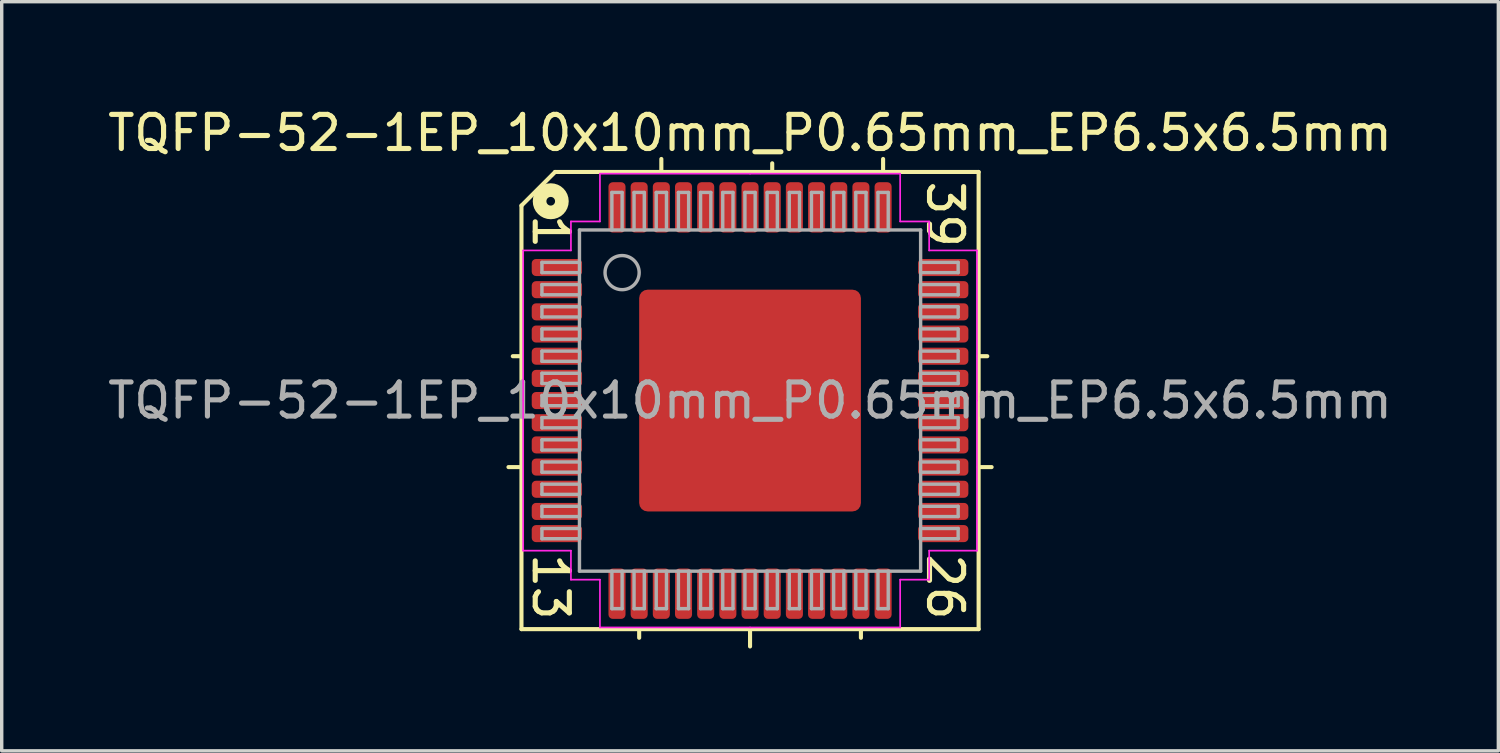
<source format=kicad_pcb>
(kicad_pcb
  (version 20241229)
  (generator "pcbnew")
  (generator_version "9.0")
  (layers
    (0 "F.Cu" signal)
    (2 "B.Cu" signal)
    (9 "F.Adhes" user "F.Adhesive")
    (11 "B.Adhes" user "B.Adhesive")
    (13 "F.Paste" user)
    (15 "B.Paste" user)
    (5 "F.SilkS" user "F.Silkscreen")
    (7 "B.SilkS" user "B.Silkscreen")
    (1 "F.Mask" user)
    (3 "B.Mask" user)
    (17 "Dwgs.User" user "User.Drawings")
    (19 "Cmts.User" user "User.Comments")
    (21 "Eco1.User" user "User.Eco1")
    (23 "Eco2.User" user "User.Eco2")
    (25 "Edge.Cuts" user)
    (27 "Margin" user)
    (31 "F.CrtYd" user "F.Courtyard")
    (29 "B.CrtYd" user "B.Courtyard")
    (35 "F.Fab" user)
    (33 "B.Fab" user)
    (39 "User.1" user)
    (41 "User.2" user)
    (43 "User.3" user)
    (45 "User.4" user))
  (footprint "TQFP-52-1EP_10x10mm_P0.65mm_EP6.5x6.5mm"
    (layer "F.Cu")
    (at 18.935 8.691)
    (property "Reference" "TQFP-52-1EP_10x10mm_P0.65mm_EP6.5x6.5mm" (at 0 -7.843 0) (layer "F.SilkS") (effects (font (size 1 1) (thickness 0.15))))
    (attr smd)
    (fp_line (start -6.7 -5.715) (end -6.7 6.7) (stroke (width 0.12) (type solid)) (layer "F.SilkS"))
    (fp_line (start -6.7 -1.3) (end -6.954 -1.3) (stroke (width 0.12) (type solid)) (layer "F.SilkS"))
    (fp_line (start -6.7 1.95) (end -7.081 1.95) (stroke (width 0.12) (type solid)) (layer "F.SilkS"))
    (fp_line (start -6.7 6.7) (end 6.7 6.7) (stroke (width 0.12) (type solid)) (layer "F.SilkS"))
    (fp_line (start -5.715 -6.7) (end -6.7 -5.715) (stroke (width 0.12) (type solid)) (layer "F.SilkS"))
    (fp_line (start -3.25 6.7) (end -3.25 6.954) (stroke (width 0.12) (type solid)) (layer "F.SilkS"))
    (fp_line (start -2.6 -6.7) (end -2.6 -7.081) (stroke (width 0.12) (type solid)) (layer "F.SilkS"))
    (fp_line (start 0 6.7) (end 0 7.208) (stroke (width 0.12) (type solid)) (layer "F.SilkS"))
    (fp_line (start 0.65 -6.7) (end 0.65 -6.954) (stroke (width 0.12) (type solid)) (layer "F.SilkS"))
    (fp_line (start 3.25 6.7) (end 3.25 6.954) (stroke (width 0.12) (type solid)) (layer "F.SilkS"))
    (fp_line (start 3.9 -6.7) (end 3.9 -7.081) (stroke (width 0.12) (type solid)) (layer "F.SilkS"))
    (fp_line (start 6.7 -6.7) (end -5.715 -6.7) (stroke (width 0.12) (type solid)) (layer "F.SilkS"))
    (fp_line (start 6.7 -1.3) (end 6.954 -1.3) (stroke (width 0.12) (type solid)) (layer "F.SilkS"))
    (fp_line (start 6.7 1.95) (end 7.081 1.95) (stroke (width 0.12) (type solid)) (layer "F.SilkS"))
    (fp_line (start 6.7 6.7) (end 6.7 -6.7) (stroke (width 0.12) (type solid)) (layer "F.SilkS"))
    (fp_circle (center -5.842 -5.842) (end -5.715 -5.842) (stroke (width 0.4) (type solid)) (fill no) (layer "F.SilkS"))
    (fp_line (start -6.65 -4.4) (end -6.65 0) (stroke (width 0.05) (type solid)) (layer "F.CrtYd"))
    (fp_line (start -6.65 4.4) (end -6.65 0) (stroke (width 0.05) (type solid)) (layer "F.CrtYd"))
    (fp_line (start -5.25 -5.25) (end -5.25 -4.4) (stroke (width 0.05) (type solid)) (layer "F.CrtYd"))
    (fp_line (start -5.25 -4.4) (end -6.65 -4.4) (stroke (width 0.05) (type solid)) (layer "F.CrtYd"))
    (fp_line (start -5.25 4.4) (end -6.65 4.4) (stroke (width 0.05) (type solid)) (layer "F.CrtYd"))
    (fp_line (start -5.25 5.25) (end -5.25 4.4) (stroke (width 0.05) (type solid)) (layer "F.CrtYd"))
    (fp_line (start -4.4 -6.65) (end -4.4 -5.25) (stroke (width 0.05) (type solid)) (layer "F.CrtYd"))
    (fp_line (start -4.4 -5.25) (end -5.25 -5.25) (stroke (width 0.05) (type solid)) (layer "F.CrtYd"))
    (fp_line (start -4.4 5.25) (end -5.25 5.25) (stroke (width 0.05) (type solid)) (layer "F.CrtYd"))
    (fp_line (start -4.4 6.65) (end -4.4 5.25) (stroke (width 0.05) (type solid)) (layer "F.CrtYd"))
    (fp_line (start 0 -6.65) (end -4.4 -6.65) (stroke (width 0.05) (type solid)) (layer "F.CrtYd"))
    (fp_line (start 0 -6.65) (end 4.4 -6.65) (stroke (width 0.05) (type solid)) (layer "F.CrtYd"))
    (fp_line (start 0 6.65) (end -4.4 6.65) (stroke (width 0.05) (type solid)) (layer "F.CrtYd"))
    (fp_line (start 0 6.65) (end 4.4 6.65) (stroke (width 0.05) (type solid)) (layer "F.CrtYd"))
    (fp_line (start 4.4 -6.65) (end 4.4 -5.25) (stroke (width 0.05) (type solid)) (layer "F.CrtYd"))
    (fp_line (start 4.4 -5.25) (end 5.25 -5.25) (stroke (width 0.05) (type solid)) (layer "F.CrtYd"))
    (fp_line (start 4.4 5.25) (end 5.25 5.25) (stroke (width 0.05) (type solid)) (layer "F.CrtYd"))
    (fp_line (start 4.4 6.65) (end 4.4 5.25) (stroke (width 0.05) (type solid)) (layer "F.CrtYd"))
    (fp_line (start 5.25 -5.25) (end 5.25 -4.4) (stroke (width 0.05) (type solid)) (layer "F.CrtYd"))
    (fp_line (start 5.25 -4.4) (end 6.65 -4.4) (stroke (width 0.05) (type solid)) (layer "F.CrtYd"))
    (fp_line (start 5.25 4.4) (end 6.65 4.4) (stroke (width 0.05) (type solid)) (layer "F.CrtYd"))
    (fp_line (start 5.25 5.25) (end 5.25 4.4) (stroke (width 0.05) (type solid)) (layer "F.CrtYd"))
    (fp_line (start 6.65 -4.4) (end 6.65 0) (stroke (width 0.05) (type solid)) (layer "F.CrtYd"))
    (fp_line (start 6.65 4.4) (end 6.65 0) (stroke (width 0.05) (type solid)) (layer "F.CrtYd"))
    (fp_line (start -6.1 -4.05) (end -6.1 -3.75) (stroke (width 0.1) (type solid)) (layer "F.Fab"))
    (fp_line (start -6.1 -4.05) (end -5 -4.05) (stroke (width 0.1) (type solid)) (layer "F.Fab"))
    (fp_line (start -6.1 -3.75) (end -5 -3.75) (stroke (width 0.1) (type solid)) (layer "F.Fab"))
    (fp_line (start -6.1 -3.4) (end -6.1 -3.1) (stroke (width 0.1) (type solid)) (layer "F.Fab"))
    (fp_line (start -6.1 -3.4) (end -5 -3.4) (stroke (width 0.1) (type solid)) (layer "F.Fab"))
    (fp_line (start -6.1 -3.1) (end -5 -3.1) (stroke (width 0.1) (type solid)) (layer "F.Fab"))
    (fp_line (start -6.1 -2.75) (end -6.1 -2.45) (stroke (width 0.1) (type solid)) (layer "F.Fab"))
    (fp_line (start -6.1 -2.75) (end -5 -2.75) (stroke (width 0.1) (type solid)) (layer "F.Fab"))
    (fp_line (start -6.1 -2.45) (end -5 -2.45) (stroke (width 0.1) (type solid)) (layer "F.Fab"))
    (fp_line (start -6.1 -2.1) (end -6.1 -1.8) (stroke (width 0.1) (type solid)) (layer "F.Fab"))
    (fp_line (start -6.1 -2.1) (end -5 -2.1) (stroke (width 0.1) (type solid)) (layer "F.Fab"))
    (fp_line (start -6.1 -1.8) (end -5 -1.8) (stroke (width 0.1) (type solid)) (layer "F.Fab"))
    (fp_line (start -6.1 -1.45) (end -6.1 -1.15) (stroke (width 0.1) (type solid)) (layer "F.Fab"))
    (fp_line (start -6.1 -1.45) (end -5 -1.45) (stroke (width 0.1) (type solid)) (layer "F.Fab"))
    (fp_line (start -6.1 -1.15) (end -5 -1.15) (stroke (width 0.1) (type solid)) (layer "F.Fab"))
    (fp_line (start -6.1 -0.8) (end -6.1 -0.5) (stroke (width 0.1) (type solid)) (layer "F.Fab"))
    (fp_line (start -6.1 -0.8) (end -5 -0.8) (stroke (width 0.1) (type solid)) (layer "F.Fab"))
    (fp_line (start -6.1 -0.5) (end -5 -0.5) (stroke (width 0.1) (type solid)) (layer "F.Fab"))
    (fp_line (start -6.1 -0.15) (end -6.1 0.15) (stroke (width 0.1) (type solid)) (layer "F.Fab"))
    (fp_line (start -6.1 -0.15) (end -5 -0.15) (stroke (width 0.1) (type solid)) (layer "F.Fab"))
    (fp_line (start -6.1 0.15) (end -5 0.15) (stroke (width 0.1) (type solid)) (layer "F.Fab"))
    (fp_line (start -6.1 0.5) (end -6.1 0.8) (stroke (width 0.1) (type solid)) (layer "F.Fab"))
    (fp_line (start -6.1 0.5) (end -5 0.5) (stroke (width 0.1) (type solid)) (layer "F.Fab"))
    (fp_line (start -6.1 0.8) (end -5 0.8) (stroke (width 0.1) (type solid)) (layer "F.Fab"))
    (fp_line (start -6.1 1.15) (end -6.1 1.45) (stroke (width 0.1) (type solid)) (layer "F.Fab"))
    (fp_line (start -6.1 1.15) (end -5 1.15) (stroke (width 0.1) (type solid)) (layer "F.Fab"))
    (fp_line (start -6.1 1.45) (end -5 1.45) (stroke (width 0.1) (type solid)) (layer "F.Fab"))
    (fp_line (start -6.1 1.8) (end -6.1 2.1) (stroke (width 0.1) (type solid)) (layer "F.Fab"))
    (fp_line (start -6.1 1.8) (end -5 1.8) (stroke (width 0.1) (type solid)) (layer "F.Fab"))
    (fp_line (start -6.1 2.1) (end -5 2.1) (stroke (width 0.1) (type solid)) (layer "F.Fab"))
    (fp_line (start -6.1 2.45) (end -6.1 2.75) (stroke (width 0.1) (type solid)) (layer "F.Fab"))
    (fp_line (start -6.1 2.45) (end -5 2.45) (stroke (width 0.1) (type solid)) (layer "F.Fab"))
    (fp_line (start -6.1 2.75) (end -5 2.75) (stroke (width 0.1) (type solid)) (layer "F.Fab"))
    (fp_line (start -6.1 3.1) (end -6.1 3.4) (stroke (width 0.1) (type solid)) (layer "F.Fab"))
    (fp_line (start -6.1 3.1) (end -5 3.1) (stroke (width 0.1) (type solid)) (layer "F.Fab"))
    (fp_line (start -6.1 3.4) (end -5 3.4) (stroke (width 0.1) (type solid)) (layer "F.Fab"))
    (fp_line (start -6.1 3.75) (end -6.1 4.05) (stroke (width 0.1) (type solid)) (layer "F.Fab"))
    (fp_line (start -6.1 3.75) (end -5 3.75) (stroke (width 0.1) (type solid)) (layer "F.Fab"))
    (fp_line (start -6.1 4.05) (end -5 4.05) (stroke (width 0.1) (type solid)) (layer "F.Fab"))
    (fp_line (start -5 -5) (end 5 -5) (stroke (width 0.1) (type solid)) (layer "F.Fab"))
    (fp_line (start -5 5) (end -5 -5) (stroke (width 0.1) (type solid)) (layer "F.Fab"))
    (fp_line (start -4.05 -6.1) (end -4.05 -5) (stroke (width 0.1) (type solid)) (layer "F.Fab"))
    (fp_line (start -4.05 6.1) (end -4.05 5) (stroke (width 0.1) (type solid)) (layer "F.Fab"))
    (fp_line (start -4.05 6.1) (end -3.75 6.1) (stroke (width 0.1) (type solid)) (layer "F.Fab"))
    (fp_line (start -3.75 -6.1) (end -4.05 -6.1) (stroke (width 0.1) (type solid)) (layer "F.Fab"))
    (fp_line (start -3.75 -6.1) (end -3.75 -5) (stroke (width 0.1) (type solid)) (layer "F.Fab"))
    (fp_line (start -3.75 6.1) (end -3.75 5) (stroke (width 0.1) (type solid)) (layer "F.Fab"))
    (fp_line (start -3.4 -6.1) (end -3.4 -5) (stroke (width 0.1) (type solid)) (layer "F.Fab"))
    (fp_line (start -3.4 6.1) (end -3.4 5) (stroke (width 0.1) (type solid)) (layer "F.Fab"))
    (fp_line (start -3.4 6.1) (end -3.1 6.1) (stroke (width 0.1) (type solid)) (layer "F.Fab"))
    (fp_line (start -3.1 -6.1) (end -3.4 -6.1) (stroke (width 0.1) (type solid)) (layer "F.Fab"))
    (fp_line (start -3.1 -6.1) (end -3.1 -5) (stroke (width 0.1) (type solid)) (layer "F.Fab"))
    (fp_line (start -3.1 6.1) (end -3.1 5) (stroke (width 0.1) (type solid)) (layer "F.Fab"))
    (fp_line (start -2.75 -6.1) (end -2.75 -5) (stroke (width 0.1) (type solid)) (layer "F.Fab"))
    (fp_line (start -2.75 6.1) (end -2.75 5) (stroke (width 0.1) (type solid)) (layer "F.Fab"))
    (fp_line (start -2.75 6.1) (end -2.45 6.1) (stroke (width 0.1) (type solid)) (layer "F.Fab"))
    (fp_line (start -2.45 -6.1) (end -2.75 -6.1) (stroke (width 0.1) (type solid)) (layer "F.Fab"))
    (fp_line (start -2.45 -6.1) (end -2.45 -5) (stroke (width 0.1) (type solid)) (layer "F.Fab"))
    (fp_line (start -2.45 6.1) (end -2.45 5) (stroke (width 0.1) (type solid)) (layer "F.Fab"))
    (fp_line (start -2.1 -6.1) (end -2.1 -5) (stroke (width 0.1) (type solid)) (layer "F.Fab"))
    (fp_line (start -2.1 6.1) (end -2.1 5) (stroke (width 0.1) (type solid)) (layer "F.Fab"))
    (fp_line (start -2.1 6.1) (end -1.8 6.1) (stroke (width 0.1) (type solid)) (layer "F.Fab"))
    (fp_line (start -1.8 -6.1) (end -2.1 -6.1) (stroke (width 0.1) (type solid)) (layer "F.Fab"))
    (fp_line (start -1.8 -6.1) (end -1.8 -5) (stroke (width 0.1) (type solid)) (layer "F.Fab"))
    (fp_line (start -1.8 6.1) (end -1.8 5) (stroke (width 0.1) (type solid)) (layer "F.Fab"))
    (fp_line (start -1.45 -6.1) (end -1.45 -5) (stroke (width 0.1) (type solid)) (layer "F.Fab"))
    (fp_line (start -1.45 6.1) (end -1.45 5) (stroke (width 0.1) (type solid)) (layer "F.Fab"))
    (fp_line (start -1.45 6.1) (end -1.15 6.1) (stroke (width 0.1) (type solid)) (layer "F.Fab"))
    (fp_line (start -1.15 -6.1) (end -1.45 -6.1) (stroke (width 0.1) (type solid)) (layer "F.Fab"))
    (fp_line (start -1.15 -6.1) (end -1.15 -5) (stroke (width 0.1) (type solid)) (layer "F.Fab"))
    (fp_line (start -1.15 6.1) (end -1.15 5) (stroke (width 0.1) (type solid)) (layer "F.Fab"))
    (fp_line (start -0.8 -6.1) (end -0.8 -5) (stroke (width 0.1) (type solid)) (layer "F.Fab"))
    (fp_line (start -0.8 6.1) (end -0.8 5) (stroke (width 0.1) (type solid)) (layer "F.Fab"))
    (fp_line (start -0.8 6.1) (end -0.5 6.1) (stroke (width 0.1) (type solid)) (layer "F.Fab"))
    (fp_line (start -0.5 -6.1) (end -0.8 -6.1) (stroke (width 0.1) (type solid)) (layer "F.Fab"))
    (fp_line (start -0.5 -6.1) (end -0.5 -5) (stroke (width 0.1) (type solid)) (layer "F.Fab"))
    (fp_line (start -0.5 6.1) (end -0.5 5) (stroke (width 0.1) (type solid)) (layer "F.Fab"))
    (fp_line (start -0.15 -6.1) (end -0.15 -5) (stroke (width 0.1) (type solid)) (layer "F.Fab"))
    (fp_line (start -0.15 6.1) (end -0.15 5) (stroke (width 0.1) (type solid)) (layer "F.Fab"))
    (fp_line (start -0.15 6.1) (end 0.15 6.1) (stroke (width 0.1) (type solid)) (layer "F.Fab"))
    (fp_line (start 0.15 -6.1) (end -0.15 -6.1) (stroke (width 0.1) (type solid)) (layer "F.Fab"))
    (fp_line (start 0.15 -6.1) (end 0.15 -5) (stroke (width 0.1) (type solid)) (layer "F.Fab"))
    (fp_line (start 0.15 6.1) (end 0.15 5) (stroke (width 0.1) (type solid)) (layer "F.Fab"))
    (fp_line (start 0.5 -6.1) (end 0.5 -5) (stroke (width 0.1) (type solid)) (layer "F.Fab"))
    (fp_line (start 0.5 6.1) (end 0.5 5) (stroke (width 0.1) (type solid)) (layer "F.Fab"))
    (fp_line (start 0.5 6.1) (end 0.8 6.1) (stroke (width 0.1) (type solid)) (layer "F.Fab"))
    (fp_line (start 0.8 -6.1) (end 0.5 -6.1) (stroke (width 0.1) (type solid)) (layer "F.Fab"))
    (fp_line (start 0.8 -6.1) (end 0.8 -5) (stroke (width 0.1) (type solid)) (layer "F.Fab"))
    (fp_line (start 0.8 6.1) (end 0.8 5) (stroke (width 0.1) (type solid)) (layer "F.Fab"))
    (fp_line (start 1.15 -6.1) (end 1.15 -5) (stroke (width 0.1) (type solid)) (layer "F.Fab"))
    (fp_line (start 1.15 6.1) (end 1.15 5) (stroke (width 0.1) (type solid)) (layer "F.Fab"))
    (fp_line (start 1.15 6.1) (end 1.45 6.1) (stroke (width 0.1) (type solid)) (layer "F.Fab"))
    (fp_line (start 1.45 -6.1) (end 1.15 -6.1) (stroke (width 0.1) (type solid)) (layer "F.Fab"))
    (fp_line (start 1.45 -6.1) (end 1.45 -5) (stroke (width 0.1) (type solid)) (layer "F.Fab"))
    (fp_line (start 1.45 6.1) (end 1.45 5) (stroke (width 0.1) (type solid)) (layer "F.Fab"))
    (fp_line (start 1.8 -6.1) (end 1.8 -5) (stroke (width 0.1) (type solid)) (layer "F.Fab"))
    (fp_line (start 1.8 6.1) (end 1.8 5) (stroke (width 0.1) (type solid)) (layer "F.Fab"))
    (fp_line (start 1.8 6.1) (end 2.1 6.1) (stroke (width 0.1) (type solid)) (layer "F.Fab"))
    (fp_line (start 2.1 -6.1) (end 1.8 -6.1) (stroke (width 0.1) (type solid)) (layer "F.Fab"))
    (fp_line (start 2.1 -6.1) (end 2.1 -5) (stroke (width 0.1) (type solid)) (layer "F.Fab"))
    (fp_line (start 2.1 6.1) (end 2.1 5) (stroke (width 0.1) (type solid)) (layer "F.Fab"))
    (fp_line (start 2.45 -6.1) (end 2.45 -5) (stroke (width 0.1) (type solid)) (layer "F.Fab"))
    (fp_line (start 2.45 6.1) (end 2.45 5) (stroke (width 0.1) (type solid)) (layer "F.Fab"))
    (fp_line (start 2.45 6.1) (end 2.75 6.1) (stroke (width 0.1) (type solid)) (layer "F.Fab"))
    (fp_line (start 2.75 -6.1) (end 2.45 -6.1) (stroke (width 0.1) (type solid)) (layer "F.Fab"))
    (fp_line (start 2.75 -6.1) (end 2.75 -5) (stroke (width 0.1) (type solid)) (layer "F.Fab"))
    (fp_line (start 2.75 6.1) (end 2.75 5) (stroke (width 0.1) (type solid)) (layer "F.Fab"))
    (fp_line (start 3.1 -6.1) (end 3.1 -5) (stroke (width 0.1) (type solid)) (layer "F.Fab"))
    (fp_line (start 3.1 6.1) (end 3.1 5) (stroke (width 0.1) (type solid)) (layer "F.Fab"))
    (fp_line (start 3.1 6.1) (end 3.4 6.1) (stroke (width 0.1) (type solid)) (layer "F.Fab"))
    (fp_line (start 3.4 -6.1) (end 3.1 -6.1) (stroke (width 0.1) (type solid)) (layer "F.Fab"))
    (fp_line (start 3.4 -6.1) (end 3.4 -5) (stroke (width 0.1) (type solid)) (layer "F.Fab"))
    (fp_line (start 3.4 6.1) (end 3.4 5) (stroke (width 0.1) (type solid)) (layer "F.Fab"))
    (fp_line (start 3.75 -6.1) (end 3.75 -5) (stroke (width 0.1) (type solid)) (layer "F.Fab"))
    (fp_line (start 3.75 6.1) (end 3.75 5) (stroke (width 0.1) (type solid)) (layer "F.Fab"))
    (fp_line (start 3.75 6.1) (end 4.05 6.1) (stroke (width 0.1) (type solid)) (layer "F.Fab"))
    (fp_line (start 4.05 -6.1) (end 3.75 -6.1) (stroke (width 0.1) (type solid)) (layer "F.Fab"))
    (fp_line (start 4.05 -6.1) (end 4.05 -5) (stroke (width 0.1) (type solid)) (layer "F.Fab"))
    (fp_line (start 4.05 6.1) (end 4.05 5) (stroke (width 0.1) (type solid)) (layer "F.Fab"))
    (fp_line (start 5 -5) (end 5 5) (stroke (width 0.1) (type solid)) (layer "F.Fab"))
    (fp_line (start 5 5) (end -5 5) (stroke (width 0.1) (type solid)) (layer "F.Fab"))
    (fp_line (start 6.1 -4.05) (end 5 -4.05) (stroke (width 0.1) (type solid)) (layer "F.Fab"))
    (fp_line (start 6.1 -3.75) (end 5 -3.75) (stroke (width 0.1) (type solid)) (layer "F.Fab"))
    (fp_line (start 6.1 -3.75) (end 6.1 -4.05) (stroke (width 0.1) (type solid)) (layer "F.Fab"))
    (fp_line (start 6.1 -3.4) (end 5 -3.4) (stroke (width 0.1) (type solid)) (layer "F.Fab"))
    (fp_line (start 6.1 -3.1) (end 5 -3.1) (stroke (width 0.1) (type solid)) (layer "F.Fab"))
    (fp_line (start 6.1 -3.1) (end 6.1 -3.4) (stroke (width 0.1) (type solid)) (layer "F.Fab"))
    (fp_line (start 6.1 -2.75) (end 5 -2.75) (stroke (width 0.1) (type solid)) (layer "F.Fab"))
    (fp_line (start 6.1 -2.45) (end 5 -2.45) (stroke (width 0.1) (type solid)) (layer "F.Fab"))
    (fp_line (start 6.1 -2.45) (end 6.1 -2.75) (stroke (width 0.1) (type solid)) (layer "F.Fab"))
    (fp_line (start 6.1 -2.1) (end 5 -2.1) (stroke (width 0.1) (type solid)) (layer "F.Fab"))
    (fp_line (start 6.1 -1.8) (end 5 -1.8) (stroke (width 0.1) (type solid)) (layer "F.Fab"))
    (fp_line (start 6.1 -1.8) (end 6.1 -2.1) (stroke (width 0.1) (type solid)) (layer "F.Fab"))
    (fp_line (start 6.1 -1.45) (end 5 -1.45) (stroke (width 0.1) (type solid)) (layer "F.Fab"))
    (fp_line (start 6.1 -1.15) (end 5 -1.15) (stroke (width 0.1) (type solid)) (layer "F.Fab"))
    (fp_line (start 6.1 -1.15) (end 6.1 -1.45) (stroke (width 0.1) (type solid)) (layer "F.Fab"))
    (fp_line (start 6.1 -0.8) (end 5 -0.8) (stroke (width 0.1) (type solid)) (layer "F.Fab"))
    (fp_line (start 6.1 -0.5) (end 5 -0.5) (stroke (width 0.1) (type solid)) (layer "F.Fab"))
    (fp_line (start 6.1 -0.5) (end 6.1 -0.8) (stroke (width 0.1) (type solid)) (layer "F.Fab"))
    (fp_line (start 6.1 -0.15) (end 5 -0.15) (stroke (width 0.1) (type solid)) (layer "F.Fab"))
    (fp_line (start 6.1 0.15) (end 5 0.15) (stroke (width 0.1) (type solid)) (layer "F.Fab"))
    (fp_line (start 6.1 0.15) (end 6.1 -0.15) (stroke (width 0.1) (type solid)) (layer "F.Fab"))
    (fp_line (start 6.1 0.5) (end 5 0.5) (stroke (width 0.1) (type solid)) (layer "F.Fab"))
    (fp_line (start 6.1 0.8) (end 5 0.8) (stroke (width 0.1) (type solid)) (layer "F.Fab"))
    (fp_line (start 6.1 0.8) (end 6.1 0.5) (stroke (width 0.1) (type solid)) (layer "F.Fab"))
    (fp_line (start 6.1 1.15) (end 5 1.15) (stroke (width 0.1) (type solid)) (layer "F.Fab"))
    (fp_line (start 6.1 1.45) (end 5 1.45) (stroke (width 0.1) (type solid)) (layer "F.Fab"))
    (fp_line (start 6.1 1.45) (end 6.1 1.15) (stroke (width 0.1) (type solid)) (layer "F.Fab"))
    (fp_line (start 6.1 1.8) (end 5 1.8) (stroke (width 0.1) (type solid)) (layer "F.Fab"))
    (fp_line (start 6.1 2.1) (end 5 2.1) (stroke (width 0.1) (type solid)) (layer "F.Fab"))
    (fp_line (start 6.1 2.1) (end 6.1 1.8) (stroke (width 0.1) (type solid)) (layer "F.Fab"))
    (fp_line (start 6.1 2.45) (end 5 2.45) (stroke (width 0.1) (type solid)) (layer "F.Fab"))
    (fp_line (start 6.1 2.75) (end 5 2.75) (stroke (width 0.1) (type solid)) (layer "F.Fab"))
    (fp_line (start 6.1 2.75) (end 6.1 2.45) (stroke (width 0.1) (type solid)) (layer "F.Fab"))
    (fp_line (start 6.1 3.1) (end 5 3.1) (stroke (width 0.1) (type solid)) (layer "F.Fab"))
    (fp_line (start 6.1 3.4) (end 5 3.4) (stroke (width 0.1) (type solid)) (layer "F.Fab"))
    (fp_line (start 6.1 3.4) (end 6.1 3.1) (stroke (width 0.1) (type solid)) (layer "F.Fab"))
    (fp_line (start 6.1 3.75) (end 5 3.75) (stroke (width 0.1) (type solid)) (layer "F.Fab"))
    (fp_line (start 6.1 4.05) (end 5 4.05) (stroke (width 0.1) (type solid)) (layer "F.Fab"))
    (fp_line (start 6.1 4.05) (end 6.1 3.75) (stroke (width 0.1) (type solid)) (layer "F.Fab"))
    (fp_circle (center -3.75 -3.75) (end -3.25 -3.75) (stroke (width 0.1) (type solid)) (fill no) (layer "F.Fab"))
    (fp_text user "13" (at -5.842 5.461 270) (unlocked yes) (layer "F.SilkS") (effects (font (size 1 1) (thickness 0.15))))
    (fp_text user "39" (at 5.715 -5.461 270) (unlocked yes) (layer "F.SilkS") (effects (font (size 1 1) (thickness 0.15))))
    (fp_text user "1" (at -5.842 -4.953 270) (unlocked yes) (layer "F.SilkS") (effects (font (size 1 1) (thickness 0.15))))
    (fp_text user "26" (at 5.715 5.461 270) (unlocked yes) (layer "F.SilkS") (effects (font (size 1 1) (thickness 0.15))))
    (fp_text user "${REFERENCE}" (at 0 0 0) (layer "F.Fab") (effects (font (size 1 1) (thickness 0.15))))
    (pad "" smd roundrect (at -2.6 -2.6) (size 1.05 1.05) (layers "F.Paste") (roundrect_rratio 0.238))
    (pad "" smd roundrect (at -2.6 -1.3) (size 1.05 1.05) (layers "F.Paste") (roundrect_rratio 0.238))
    (pad "" smd roundrect (at -2.6 0) (size 1.05 1.05) (layers "F.Paste") (roundrect_rratio 0.238))
    (pad "" smd roundrect (at -2.6 1.3) (size 1.05 1.05) (layers "F.Paste") (roundrect_rratio 0.238))
    (pad "" smd roundrect (at -2.6 2.6) (size 1.05 1.05) (layers "F.Paste") (roundrect_rratio 0.238))
    (pad "" smd roundrect (at -1.3 -2.6) (size 1.05 1.05) (layers "F.Paste") (roundrect_rratio 0.238))
    (pad "" smd roundrect (at -1.3 -1.3) (size 1.05 1.05) (layers "F.Paste") (roundrect_rratio 0.238))
    (pad "" smd roundrect (at -1.3 0) (size 1.05 1.05) (layers "F.Paste") (roundrect_rratio 0.238))
    (pad "" smd roundrect (at -1.3 1.3) (size 1.05 1.05) (layers "F.Paste") (roundrect_rratio 0.238))
    (pad "" smd roundrect (at -1.3 2.6) (size 1.05 1.05) (layers "F.Paste") (roundrect_rratio 0.238))
    (pad "" smd roundrect (at 0 -2.6) (size 1.05 1.05) (layers "F.Paste") (roundrect_rratio 0.238))
    (pad "" smd roundrect (at 0 -1.3) (size 1.05 1.05) (layers "F.Paste") (roundrect_rratio 0.238))
    (pad "" smd roundrect (at 0 0) (size 1.05 1.05) (layers "F.Paste") (roundrect_rratio 0.238))
    (pad "" smd roundrect (at 0 1.3) (size 1.05 1.05) (layers "F.Paste") (roundrect_rratio 0.238))
    (pad "" smd roundrect (at 0 2.6) (size 1.05 1.05) (layers "F.Paste") (roundrect_rratio 0.238))
    (pad "" smd roundrect (at 1.3 -2.6) (size 1.05 1.05) (layers "F.Paste") (roundrect_rratio 0.238))
    (pad "" smd roundrect (at 1.3 -1.3) (size 1.05 1.05) (layers "F.Paste") (roundrect_rratio 0.238))
    (pad "" smd roundrect (at 1.3 0) (size 1.05 1.05) (layers "F.Paste") (roundrect_rratio 0.238))
    (pad "" smd roundrect (at 1.3 1.3) (size 1.05 1.05) (layers "F.Paste") (roundrect_rratio 0.238))
    (pad "" smd roundrect (at 1.3 2.6) (size 1.05 1.05) (layers "F.Paste") (roundrect_rratio 0.238))
    (pad "" smd roundrect (at 2.6 -2.6) (size 1.05 1.05) (layers "F.Paste") (roundrect_rratio 0.238))
    (pad "" smd roundrect (at 2.6 -1.3) (size 1.05 1.05) (layers "F.Paste") (roundrect_rratio 0.238))
    (pad "" smd roundrect (at 2.6 0) (size 1.05 1.05) (layers "F.Paste") (roundrect_rratio 0.238))
    (pad "" smd roundrect (at 2.6 1.3) (size 1.05 1.05) (layers "F.Paste") (roundrect_rratio 0.238))
    (pad "" smd roundrect (at 2.6 2.6) (size 1.05 1.05) (layers "F.Paste") (roundrect_rratio 0.238))
    (pad "1" smd roundrect (at -5.662 -3.9) (size 1.475 0.5) (layers "F.Cu" "F.Mask" "F.Paste") (roundrect_rratio 0.25))
    (pad "2" smd roundrect (at -5.662 -3.25) (size 1.475 0.5) (layers "F.Cu" "F.Mask" "F.Paste") (roundrect_rratio 0.25))
    (pad "3" smd roundrect (at -5.662 -2.6) (size 1.475 0.5) (layers "F.Cu" "F.Mask" "F.Paste") (roundrect_rratio 0.25))
    (pad "4" smd roundrect (at -5.662 -1.95) (size 1.475 0.5) (layers "F.Cu" "F.Mask" "F.Paste") (roundrect_rratio 0.25))
    (pad "5" smd roundrect (at -5.662 -1.3) (size 1.475 0.5) (layers "F.Cu" "F.Mask" "F.Paste") (roundrect_rratio 0.25))
    (pad "6" smd roundrect (at -5.662 -0.65) (size 1.475 0.5) (layers "F.Cu" "F.Mask" "F.Paste") (roundrect_rratio 0.25))
    (pad "7" smd roundrect (at -5.662 0) (size 1.475 0.5) (layers "F.Cu" "F.Mask" "F.Paste") (roundrect_rratio 0.25))
    (pad "8" smd roundrect (at -5.662 0.65) (size 1.475 0.5) (layers "F.Cu" "F.Mask" "F.Paste") (roundrect_rratio 0.25))
    (pad "9" smd roundrect (at -5.662 1.3) (size 1.475 0.5) (layers "F.Cu" "F.Mask" "F.Paste") (roundrect_rratio 0.25))
    (pad "10" smd roundrect (at -5.662 1.95) (size 1.475 0.5) (layers "F.Cu" "F.Mask" "F.Paste") (roundrect_rratio 0.25))
    (pad "11" smd roundrect (at -5.662 2.6) (size 1.475 0.5) (layers "F.Cu" "F.Mask" "F.Paste") (roundrect_rratio 0.25))
    (pad "12" smd roundrect (at -5.662 3.25) (size 1.475 0.5) (layers "F.Cu" "F.Mask" "F.Paste") (roundrect_rratio 0.25))
    (pad "13" smd roundrect (at -5.662 3.9) (size 1.475 0.5) (layers "F.Cu" "F.Mask" "F.Paste") (roundrect_rratio 0.25))
    (pad "14" smd roundrect (at -3.9 5.662) (size 0.5 1.475) (layers "F.Cu" "F.Mask" "F.Paste") (roundrect_rratio 0.25))
    (pad "15" smd roundrect (at -3.25 5.662) (size 0.5 1.475) (layers "F.Cu" "F.Mask" "F.Paste") (roundrect_rratio 0.25))
    (pad "16" smd roundrect (at -2.6 5.662) (size 0.5 1.475) (layers "F.Cu" "F.Mask" "F.Paste") (roundrect_rratio 0.25))
    (pad "17" smd roundrect (at -1.95 5.662) (size 0.5 1.475) (layers "F.Cu" "F.Mask" "F.Paste") (roundrect_rratio 0.25))
    (pad "18" smd roundrect (at -1.3 5.662) (size 0.5 1.475) (layers "F.Cu" "F.Mask" "F.Paste") (roundrect_rratio 0.25))
    (pad "19" smd roundrect (at -0.65 5.662) (size 0.5 1.475) (layers "F.Cu" "F.Mask" "F.Paste") (roundrect_rratio 0.25))
    (pad "20" smd roundrect (at 0 5.662) (size 0.5 1.475) (layers "F.Cu" "F.Mask" "F.Paste") (roundrect_rratio 0.25))
    (pad "21" smd roundrect (at 0.65 5.662) (size 0.5 1.475) (layers "F.Cu" "F.Mask" "F.Paste") (roundrect_rratio 0.25))
    (pad "22" smd roundrect (at 1.3 5.662) (size 0.5 1.475) (layers "F.Cu" "F.Mask" "F.Paste") (roundrect_rratio 0.25))
    (pad "23" smd roundrect (at 1.95 5.662) (size 0.5 1.475) (layers "F.Cu" "F.Mask" "F.Paste") (roundrect_rratio 0.25))
    (pad "24" smd roundrect (at 2.6 5.662) (size 0.5 1.475) (layers "F.Cu" "F.Mask" "F.Paste") (roundrect_rratio 0.25))
    (pad "25" smd roundrect (at 3.25 5.662) (size 0.5 1.475) (layers "F.Cu" "F.Mask" "F.Paste") (roundrect_rratio 0.25))
    (pad "26" smd roundrect (at 3.9 5.662) (size 0.5 1.475) (layers "F.Cu" "F.Mask" "F.Paste") (roundrect_rratio 0.25))
    (pad "27" smd roundrect (at 5.662 3.9) (size 1.475 0.5) (layers "F.Cu" "F.Mask" "F.Paste") (roundrect_rratio 0.25))
    (pad "28" smd roundrect (at 5.662 3.25) (size 1.475 0.5) (layers "F.Cu" "F.Mask" "F.Paste") (roundrect_rratio 0.25))
    (pad "29" smd roundrect (at 5.662 2.6) (size 1.475 0.5) (layers "F.Cu" "F.Mask" "F.Paste") (roundrect_rratio 0.25))
    (pad "30" smd roundrect (at 5.662 1.95) (size 1.475 0.5) (layers "F.Cu" "F.Mask" "F.Paste") (roundrect_rratio 0.25))
    (pad "31" smd roundrect (at 5.662 1.3) (size 1.475 0.5) (layers "F.Cu" "F.Mask" "F.Paste") (roundrect_rratio 0.25))
    (pad "32" smd roundrect (at 5.662 0.65) (size 1.475 0.5) (layers "F.Cu" "F.Mask" "F.Paste") (roundrect_rratio 0.25))
    (pad "33" smd roundrect (at 5.662 0) (size 1.475 0.5) (layers "F.Cu" "F.Mask" "F.Paste") (roundrect_rratio 0.25))
    (pad "34" smd roundrect (at 5.662 -0.65) (size 1.475 0.5) (layers "F.Cu" "F.Mask" "F.Paste") (roundrect_rratio 0.25))
    (pad "35" smd roundrect (at 5.662 -1.3) (size 1.475 0.5) (layers "F.Cu" "F.Mask" "F.Paste") (roundrect_rratio 0.25))
    (pad "36" smd roundrect (at 5.662 -1.95) (size 1.475 0.5) (layers "F.Cu" "F.Mask" "F.Paste") (roundrect_rratio 0.25))
    (pad "37" smd roundrect (at 5.662 -2.6) (size 1.475 0.5) (layers "F.Cu" "F.Mask" "F.Paste") (roundrect_rratio 0.25))
    (pad "38" smd roundrect (at 5.662 -3.25) (size 1.475 0.5) (layers "F.Cu" "F.Mask" "F.Paste") (roundrect_rratio 0.25))
    (pad "39" smd roundrect (at 5.662 -3.9) (size 1.475 0.5) (layers "F.Cu" "F.Mask" "F.Paste") (roundrect_rratio 0.25))
    (pad "40" smd roundrect (at 3.9 -5.662) (size 0.5 1.475) (layers "F.Cu" "F.Mask" "F.Paste") (roundrect_rratio 0.25))
    (pad "41" smd roundrect (at 3.25 -5.662) (size 0.5 1.475) (layers "F.Cu" "F.Mask" "F.Paste") (roundrect_rratio 0.25))
    (pad "42" smd roundrect (at 2.6 -5.662) (size 0.5 1.475) (layers "F.Cu" "F.Mask" "F.Paste") (roundrect_rratio 0.25))
    (pad "43" smd roundrect (at 1.95 -5.662) (size 0.5 1.475) (layers "F.Cu" "F.Mask" "F.Paste") (roundrect_rratio 0.25))
    (pad "44" smd roundrect (at 1.3 -5.662) (size 0.5 1.475) (layers "F.Cu" "F.Mask" "F.Paste") (roundrect_rratio 0.25))
    (pad "45" smd roundrect (at 0.65 -5.662) (size 0.5 1.475) (layers "F.Cu" "F.Mask" "F.Paste") (roundrect_rratio 0.25))
    (pad "46" smd roundrect (at 0 -5.662) (size 0.5 1.475) (layers "F.Cu" "F.Mask" "F.Paste") (roundrect_rratio 0.25))
    (pad "47" smd roundrect (at -0.65 -5.662) (size 0.5 1.475) (layers "F.Cu" "F.Mask" "F.Paste") (roundrect_rratio 0.25))
    (pad "48" smd roundrect (at -1.3 -5.662) (size 0.5 1.475) (layers "F.Cu" "F.Mask" "F.Paste") (roundrect_rratio 0.25))
    (pad "49" smd roundrect (at -1.95 -5.662) (size 0.5 1.475) (layers "F.Cu" "F.Mask" "F.Paste") (roundrect_rratio 0.25))
    (pad "50" smd roundrect (at -2.6 -5.662) (size 0.5 1.475) (layers "F.Cu" "F.Mask" "F.Paste") (roundrect_rratio 0.25))
    (pad "51" smd roundrect (at -3.25 -5.662) (size 0.5 1.475) (layers "F.Cu" "F.Mask" "F.Paste") (roundrect_rratio 0.25))
    (pad "52" smd roundrect (at -3.9 -5.662) (size 0.5 1.475) (layers "F.Cu" "F.Mask" "F.Paste") (roundrect_rratio 0.25))
    (pad "53" smd roundrect (at 0 0) (size 6.5 6.5) (layers "F.Cu" "F.Mask") (roundrect_rratio 0.038)))
  (gr_rect
    (start -3 -3)
    (end 40.869 18.959)
    (stroke (width 0.1) (type default))
    (fill no)
    (layer "Edge.Cuts")))
</source>
